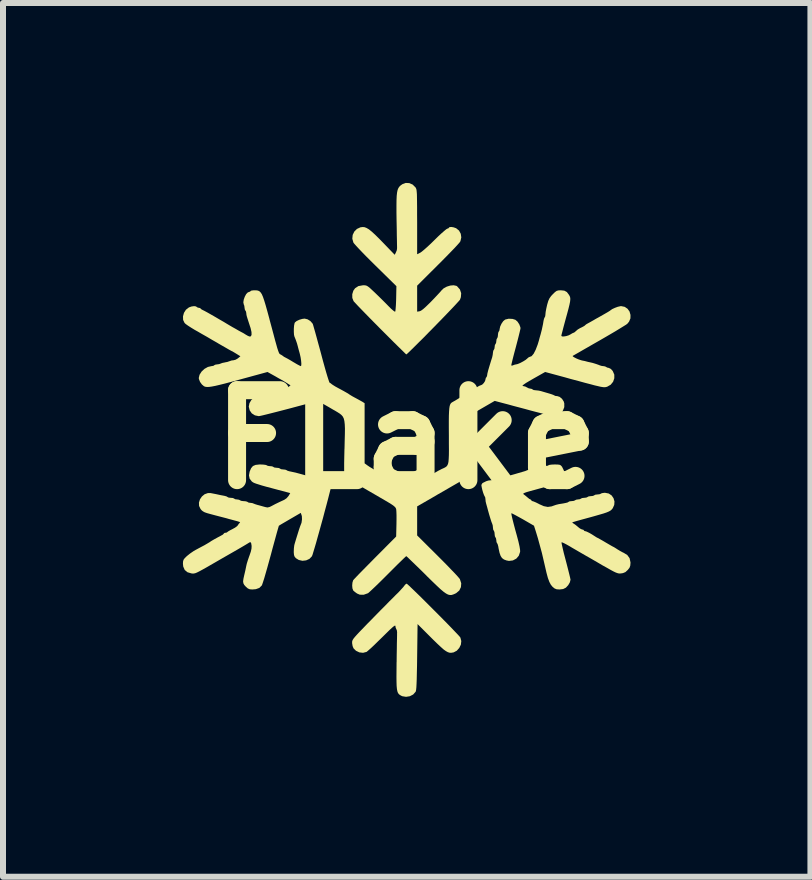
<source format=kicad_pcb>
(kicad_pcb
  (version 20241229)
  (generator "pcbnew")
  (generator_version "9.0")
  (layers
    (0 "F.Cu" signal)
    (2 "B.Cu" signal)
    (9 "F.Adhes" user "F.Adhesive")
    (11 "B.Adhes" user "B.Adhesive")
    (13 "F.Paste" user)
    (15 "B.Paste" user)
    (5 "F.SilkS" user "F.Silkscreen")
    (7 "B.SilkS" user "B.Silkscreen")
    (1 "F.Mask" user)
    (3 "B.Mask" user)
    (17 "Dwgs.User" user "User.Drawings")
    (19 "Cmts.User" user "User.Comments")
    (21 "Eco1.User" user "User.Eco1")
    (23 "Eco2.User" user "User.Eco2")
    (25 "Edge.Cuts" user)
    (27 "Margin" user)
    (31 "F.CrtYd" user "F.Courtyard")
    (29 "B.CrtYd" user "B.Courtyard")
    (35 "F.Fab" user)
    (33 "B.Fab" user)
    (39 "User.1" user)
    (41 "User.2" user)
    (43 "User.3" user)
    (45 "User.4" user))
  (footprint "FLake"
    (layer "F.Cu")
    (at 3.724 4.277)
    (property "Reference" "FLake" (at 0 0 0) (layer "F.SilkS") (effects (font (size 1.5 1.5) (thickness 0.3))))
    (attr board_only exclude_from_pos_files exclude_from_bom)
    (fp_poly (pts (xy 0.018 2.413) (xy 0.048 2.44) (xy 0.093 2.483) (xy 0.149 2.537) (xy 0.216 2.602) (xy 0.29 2.675) (xy 0.368 2.753) (xy 0.45 2.835) (xy 0.531 2.916) (xy 0.61 2.996) (xy 0.685 3.072) (xy 0.752 3.141) (xy 0.809 3.201) (xy 0.855 3.249) (xy 0.887 3.284) (xy 0.901 3.302) (xy 0.902 3.303) (xy 0.917 3.361) (xy 0.91 3.421) (xy 0.883 3.476) (xy 0.842 3.522) (xy 0.789 3.55) (xy 0.746 3.557) (xy 0.719 3.555) (xy 0.692 3.546) (xy 0.661 3.529) (xy 0.623 3.502) (xy 0.577 3.461) (xy 0.518 3.406) (xy 0.444 3.334) (xy 0.406 3.296) (xy 0.188 3.078) (xy 0.181 3.627) (xy 0.179 3.775) (xy 0.176 3.897) (xy 0.174 3.996) (xy 0.171 4.073) (xy 0.168 4.131) (xy 0.164 4.172) (xy 0.159 4.197) (xy 0.155 4.207) (xy 0.115 4.252) (xy 0.059 4.281) (xy -0.004 4.291) (xy -0.066 4.281) (xy -0.086 4.272) (xy -0.108 4.259) (xy -0.125 4.245) (xy -0.139 4.225) (xy -0.149 4.198) (xy -0.156 4.161) (xy -0.161 4.11) (xy -0.163 4.043) (xy -0.164 3.957) (xy -0.163 3.849) (xy -0.162 3.717) (xy -0.161 3.708) (xy -0.16 3.597) (xy -0.158 3.494) (xy -0.157 3.401) (xy -0.155 3.324) (xy -0.154 3.264) (xy -0.154 3.227) (xy -0.153 3.218) (xy -0.157 3.184) (xy -0.166 3.163) (xy -0.177 3.139) (xy -0.181 3.113) (xy -0.183 3.104) (xy -0.192 3.104) (xy -0.209 3.115) (xy -0.237 3.138) (xy -0.278 3.176) (xy -0.333 3.23) (xy -0.406 3.302) (xy -0.406 3.302) (xy -0.473 3.367) (xy -0.534 3.427) (xy -0.587 3.477) (xy -0.629 3.514) (xy -0.656 3.537) (xy -0.663 3.542) (xy -0.721 3.557) (xy -0.783 3.55) (xy -0.839 3.523) (xy -0.88 3.482) (xy -0.895 3.445) (xy -0.903 3.398) (xy -0.903 3.39) (xy -0.903 3.373) (xy -0.9 3.357) (xy -0.892 3.34) (xy -0.878 3.318) (xy -0.855 3.29) (xy -0.822 3.253) (xy -0.777 3.205) (xy -0.717 3.143) (xy -0.641 3.064) (xy -0.595 3.018) (xy -0.513 2.934) (xy -0.432 2.851) (xy -0.354 2.773) (xy -0.285 2.702) (xy -0.226 2.644) (xy -0.183 2.6) (xy -0.174 2.591) (xy -0.125 2.543) (xy -0.083 2.497) (xy -0.05 2.461) (xy -0.036 2.442) (xy -0.014 2.416) (xy 0.004 2.404) (xy 0.005 2.404)) (stroke (width 0) (type solid)) (fill yes) (layer "F.SilkS"))
    (fp_poly (pts (xy 0.051 -4.274) (xy 0.107 -4.249) (xy 0.153 -4.203) (xy 0.155 -4.201) (xy 0.161 -4.189) (xy 0.167 -4.175) (xy 0.171 -4.155) (xy 0.174 -4.126) (xy 0.177 -4.086) (xy 0.178 -4.032) (xy 0.179 -3.962) (xy 0.18 -3.871) (xy 0.18 -3.759) (xy 0.181 -3.625) (xy 0.181 -3.088) (xy 0.233 -3.114) (xy 0.259 -3.132) (xy 0.301 -3.167) (xy 0.353 -3.213) (xy 0.413 -3.269) (xy 0.473 -3.328) (xy 0.533 -3.387) (xy 0.588 -3.438) (xy 0.634 -3.478) (xy 0.667 -3.505) (xy 0.685 -3.515) (xy 0.685 -3.515) (xy 0.705 -3.522) (xy 0.709 -3.529) (xy 0.72 -3.54) (xy 0.75 -3.543) (xy 0.788 -3.537) (xy 0.828 -3.523) (xy 0.832 -3.521) (xy 0.879 -3.483) (xy 0.908 -3.43) (xy 0.917 -3.369) (xy 0.903 -3.308) (xy 0.897 -3.296) (xy 0.883 -3.278) (xy 0.851 -3.242) (xy 0.805 -3.192) (xy 0.745 -3.13) (xy 0.676 -3.059) (xy 0.599 -2.981) (xy 0.529 -2.911) (xy 0.181 -2.564) (xy 0.181 -2.347) (xy 0.181 -2.131) (xy 0.22 -2.137) (xy 0.245 -2.147) (xy 0.281 -2.173) (xy 0.329 -2.216) (xy 0.393 -2.278) (xy 0.412 -2.297) (xy 0.466 -2.353) (xy 0.514 -2.404) (xy 0.553 -2.446) (xy 0.578 -2.474) (xy 0.584 -2.482) (xy 0.622 -2.519) (xy 0.675 -2.548) (xy 0.733 -2.566) (xy 0.789 -2.571) (xy 0.836 -2.561) (xy 0.848 -2.553) (xy 0.894 -2.501) (xy 0.915 -2.439) (xy 0.91 -2.372) (xy 0.895 -2.33) (xy 0.882 -2.314) (xy 0.852 -2.281) (xy 0.808 -2.233) (xy 0.752 -2.174) (xy 0.686 -2.105) (xy 0.613 -2.029) (xy 0.535 -1.949) (xy 0.454 -1.866) (xy 0.373 -1.784) (xy 0.295 -1.704) (xy 0.22 -1.63) (xy 0.153 -1.563) (xy 0.095 -1.506) (xy 0.049 -1.461) (xy 0.017 -1.431) (xy 0.001 -1.418) (xy 0.000082 -1.418) (xy -0.011 -1.427) (xy -0.039 -1.455) (xy -0.083 -1.498) (xy -0.141 -1.555) (xy -0.21 -1.623) (xy -0.288 -1.701) (xy -0.374 -1.787) (xy -0.431 -1.844) (xy -0.521 -1.935) (xy -0.606 -2.021) (xy -0.683 -2.1) (xy -0.75 -2.169) (xy -0.806 -2.227) (xy -0.847 -2.271) (xy -0.872 -2.298) (xy -0.879 -2.306) (xy -0.9 -2.359) (xy -0.901 -2.421) (xy -0.883 -2.48) (xy -0.854 -2.521) (xy -0.799 -2.557) (xy -0.727 -2.57) (xy -0.715 -2.571) (xy -0.688 -2.57) (xy -0.665 -2.565) (xy -0.641 -2.552) (xy -0.612 -2.53) (xy -0.572 -2.493) (xy -0.525 -2.449) (xy -0.463 -2.389) (xy -0.397 -2.324) (xy -0.335 -2.262) (xy -0.297 -2.223) (xy -0.255 -2.181) (xy -0.219 -2.15) (xy -0.194 -2.132) (xy -0.185 -2.131) (xy -0.181 -2.148) (xy -0.177 -2.188) (xy -0.173 -2.245) (xy -0.17 -2.315) (xy -0.169 -2.349) (xy -0.165 -2.556) (xy -0.513 -2.898) (xy -0.595 -2.979) (xy -0.672 -3.056) (xy -0.74 -3.126) (xy -0.798 -3.187) (xy -0.842 -3.235) (xy -0.871 -3.268) (xy -0.882 -3.283) (xy -0.9 -3.347) (xy -0.894 -3.41) (xy -0.867 -3.466) (xy -0.823 -3.51) (xy -0.765 -3.537) (xy -0.725 -3.542) (xy -0.695 -3.539) (xy -0.662 -3.526) (xy -0.623 -3.503) (xy -0.577 -3.466) (xy -0.519 -3.413) (xy -0.449 -3.344) (xy -0.378 -3.271) (xy -0.193 -3.079) (xy -0.173 -3.119) (xy -0.158 -3.156) (xy -0.154 -3.188) (xy -0.154 -3.208) (xy -0.155 -3.253) (xy -0.156 -3.319) (xy -0.158 -3.401) (xy -0.159 -3.496) (xy -0.161 -3.601) (xy -0.162 -3.646) (xy -0.164 -3.784) (xy -0.164 -3.897) (xy -0.163 -3.988) (xy -0.16 -4.061) (xy -0.154 -4.116) (xy -0.145 -4.159) (xy -0.132 -4.191) (xy -0.115 -4.216) (xy -0.094 -4.236) (xy -0.068 -4.254) (xy -0.066 -4.256) (xy -0.009 -4.277)) (stroke (width 0) (type solid)) (fill yes) (layer "F.SilkS"))
    (fp_poly (pts (xy -2.384 0.419) (xy -2.346 0.424) (xy -2.328 0.43) (xy -2.327 0.431) (xy -2.309 0.44) (xy -2.275 0.445) (xy -2.272 0.445) (xy -2.238 0.448) (xy -2.217 0.457) (xy -2.216 0.459) (xy -2.198 0.468) (xy -2.164 0.472) (xy -2.161 0.472) (xy -2.126 0.476) (xy -2.106 0.485) (xy -2.105 0.486) (xy -2.087 0.496) (xy -2.053 0.5) (xy -2.05 0.5) (xy -2.016 0.504) (xy -1.996 0.512) (xy -1.995 0.513) (xy -1.977 0.523) (xy -1.944 0.532) (xy -1.942 0.532) (xy -1.845 0.553) (xy -1.727 0.585) (xy -1.709 0.59) (xy -1.653 0.606) (xy -1.595 0.62) (xy -1.57 0.625) (xy -1.519 0.636) (xy -1.469 0.648) (xy -1.459 0.651) (xy -1.418 0.662) (xy -1.365 0.677) (xy -1.328 0.687) (xy -1.283 0.7) (xy -1.251 0.711) (xy -1.239 0.716) (xy -1.24 0.731) (xy -1.248 0.769) (xy -1.263 0.828) (xy -1.282 0.903) (xy -1.305 0.993) (xy -1.331 1.092) (xy -1.36 1.199) (xy -1.389 1.31) (xy -1.42 1.421) (xy -1.45 1.53) (xy -1.479 1.633) (xy -1.505 1.727) (xy -1.529 1.808) (xy -1.549 1.874) (xy -1.563 1.921) (xy -1.573 1.946) (xy -1.573 1.947) (xy -1.615 1.991) (xy -1.67 2.016) (xy -1.732 2.023) (xy -1.793 2.009) (xy -1.84 1.98) (xy -1.861 1.956) (xy -1.872 1.927) (xy -1.876 1.885) (xy -1.876 1.867) (xy -1.874 1.814) (xy -1.868 1.766) (xy -1.863 1.745) (xy -1.843 1.678) (xy -1.822 1.61) (xy -1.802 1.546) (xy -1.785 1.492) (xy -1.772 1.454) (xy -1.766 1.438) (xy -1.747 1.389) (xy -1.739 1.332) (xy -1.741 1.28) (xy -1.744 1.269) (xy -1.759 1.224) (xy -1.938 1.328) (xy -2.001 1.365) (xy -2.056 1.397) (xy -2.097 1.421) (xy -2.12 1.436) (xy -2.124 1.438) (xy -2.129 1.453) (xy -2.14 1.491) (xy -2.157 1.55) (xy -2.178 1.627) (xy -2.203 1.718) (xy -2.231 1.82) (xy -2.258 1.922) (xy -2.289 2.034) (xy -2.318 2.139) (xy -2.345 2.233) (xy -2.368 2.313) (xy -2.388 2.375) (xy -2.402 2.417) (xy -2.409 2.434) (xy -2.45 2.475) (xy -2.508 2.496) (xy -2.566 2.501) (xy -2.609 2.498) (xy -2.642 2.484) (xy -2.677 2.453) (xy -2.678 2.452) (xy -2.702 2.425) (xy -2.716 2.398) (xy -2.721 2.366) (xy -2.715 2.321) (xy -2.701 2.258) (xy -2.696 2.237) (xy -2.683 2.181) (xy -2.671 2.123) (xy -2.669 2.112) (xy -2.659 2.069) (xy -2.641 2.011) (xy -2.62 1.95) (xy -2.615 1.937) (xy -2.592 1.87) (xy -2.581 1.82) (xy -2.579 1.779) (xy -2.58 1.767) (xy -2.587 1.727) (xy -2.598 1.712) (xy -2.616 1.717) (xy -2.633 1.728) (xy -2.654 1.741) (xy -2.694 1.765) (xy -2.75 1.798) (xy -2.817 1.837) (xy -2.89 1.879) (xy -2.981 1.931) (xy -3.082 1.989) (xy -3.184 2.048) (xy -3.276 2.101) (xy -3.319 2.126) (xy -3.394 2.168) (xy -3.449 2.198) (xy -3.489 2.218) (xy -3.519 2.23) (xy -3.544 2.235) (xy -3.568 2.235) (xy -3.583 2.233) (xy -3.648 2.214) (xy -3.694 2.176) (xy -3.719 2.119) (xy -3.724 2.072) (xy -3.722 2.034) (xy -3.714 2.006) (xy -3.694 1.979) (xy -3.658 1.944) (xy -3.607 1.903) (xy -3.549 1.863) (xy -3.515 1.843) (xy -3.435 1.8) (xy -3.365 1.763) (xy -3.312 1.732) (xy -3.277 1.711) (xy -3.269 1.705) (xy -3.244 1.689) (xy -3.201 1.664) (xy -3.15 1.636) (xy -3.097 1.608) (xy -3.088 1.603) (xy -3.058 1.586) (xy -3.043 1.57) (xy -3.043 1.569) (xy -3.031 1.558) (xy -3.016 1.556) (xy -2.992 1.551) (xy -2.985 1.545) (xy -2.971 1.534) (xy -2.939 1.515) (xy -2.9 1.495) (xy -2.856 1.471) (xy -2.824 1.448) (xy -2.81 1.433) (xy -2.792 1.405) (xy -2.78 1.394) (xy -2.771 1.383) (xy -2.782 1.374) (xy -2.815 1.364) (xy -2.821 1.362) (xy -2.874 1.348) (xy -2.933 1.332) (xy -2.953 1.327) (xy -2.994 1.315) (xy -3.055 1.299) (xy -3.125 1.281) (xy -3.186 1.265) (xy -3.265 1.244) (xy -3.322 1.228) (xy -3.362 1.214) (xy -3.389 1.199) (xy -3.41 1.183) (xy -3.429 1.161) (xy -3.431 1.158) (xy -3.455 1.108) (xy -3.457 1.052) (xy -3.44 0.998) (xy -3.407 0.95) (xy -3.362 0.913) (xy -3.308 0.894) (xy -3.262 0.894) (xy -3.221 0.902) (xy -3.169 0.912) (xy -3.147 0.917) (xy -3.096 0.928) (xy -3.048 0.937) (xy -3.032 0.94) (xy -2.999 0.949) (xy -2.98 0.96) (xy -2.98 0.96) (xy -2.962 0.969) (xy -2.929 0.973) (xy -2.925 0.973) (xy -2.891 0.976) (xy -2.87 0.986) (xy -2.869 0.987) (xy -2.85 0.997) (xy -2.821 1) (xy -2.789 1.005) (xy -2.772 1.014) (xy -2.754 1.023) (xy -2.719 1.028) (xy -2.71 1.028) (xy -2.673 1.032) (xy -2.649 1.04) (xy -2.647 1.042) (xy -2.628 1.053) (xy -2.604 1.056) (xy -2.567 1.061) (xy -2.546 1.069) (xy -2.518 1.08) (xy -2.476 1.093) (xy -2.459 1.097) (xy -2.409 1.111) (xy -2.362 1.124) (xy -2.351 1.127) (xy -2.315 1.134) (xy -2.28 1.126) (xy -2.254 1.114) (xy -2.186 1.078) (xy -2.112 1.042) (xy -2.047 1.012) (xy -2.034 1.006) (xy -1.996 0.98) (xy -1.965 0.944) (xy -1.962 0.94) (xy -1.935 0.894) (xy -1.999 0.877) (xy -2.135 0.841) (xy -2.247 0.811) (xy -2.338 0.787) (xy -2.409 0.767) (xy -2.463 0.75) (xy -2.504 0.737) (xy -2.533 0.726) (xy -2.554 0.716) (xy -2.568 0.706) (xy -2.576 0.7) (xy -2.612 0.653) (xy -2.623 0.599) (xy -2.612 0.537) (xy -2.588 0.48) (xy -2.557 0.443) (xy -2.512 0.424) (xy -2.448 0.417) (xy -2.433 0.417)) (stroke (width 0) (type solid)) (fill yes) (layer "F.SilkS"))
    (fp_poly (pts (xy 2.524 0.418) (xy 2.556 0.422) (xy 2.577 0.433) (xy 2.594 0.452) (xy 2.598 0.458) (xy 2.627 0.517) (xy 2.635 0.581) (xy 2.623 0.642) (xy 2.593 0.692) (xy 2.568 0.714) (xy 2.546 0.723) (xy 2.501 0.738) (xy 2.437 0.758) (xy 2.36 0.78) (xy 2.273 0.804) (xy 2.232 0.815) (xy 2.135 0.842) (xy 2.061 0.862) (xy 2.009 0.877) (xy 1.975 0.889) (xy 1.956 0.898) (xy 1.95 0.905) (xy 1.953 0.912) (xy 1.96 0.917) (xy 1.992 0.942) (xy 2.024 0.969) (xy 2.051 0.991) (xy 2.07 1) (xy 2.071 1) (xy 2.084 1.011) (xy 2.084 1.014) (xy 2.095 1.027) (xy 2.104 1.028) (xy 2.125 1.035) (xy 2.163 1.051) (xy 2.209 1.074) (xy 2.213 1.077) (xy 2.292 1.112) (xy 2.359 1.125) (xy 2.422 1.116) (xy 2.45 1.106) (xy 2.496 1.09) (xy 2.545 1.078) (xy 2.546 1.078) (xy 2.615 1.067) (xy 2.66 1.058) (xy 2.687 1.051) (xy 2.701 1.044) (xy 2.704 1.041) (xy 2.721 1.032) (xy 2.754 1.028) (xy 2.758 1.028) (xy 2.792 1.024) (xy 2.813 1.015) (xy 2.814 1.014) (xy 2.833 1.004) (xy 2.862 1) (xy 2.894 0.996) (xy 2.911 0.987) (xy 2.93 0.977) (xy 2.963 0.973) (xy 2.967 0.973) (xy 3.001 0.969) (xy 3.021 0.96) (xy 3.022 0.959) (xy 3.041 0.949) (xy 3.074 0.945) (xy 3.078 0.945) (xy 3.112 0.941) (xy 3.133 0.932) (xy 3.133 0.931) (xy 3.152 0.921) (xy 3.185 0.917) (xy 3.189 0.917) (xy 3.223 0.913) (xy 3.244 0.904) (xy 3.244 0.903) (xy 3.263 0.895) (xy 3.298 0.89) (xy 3.313 0.889) (xy 3.375 0.901) (xy 3.423 0.933) (xy 3.455 0.979) (xy 3.471 1.034) (xy 3.467 1.091) (xy 3.442 1.147) (xy 3.419 1.174) (xy 3.401 1.188) (xy 3.375 1.202) (xy 3.339 1.217) (xy 3.289 1.234) (xy 3.22 1.254) (xy 3.13 1.28) (xy 3.076 1.295) (xy 2.988 1.319) (xy 2.911 1.34) (xy 2.846 1.358) (xy 2.799 1.372) (xy 2.772 1.38) (xy 2.768 1.382) (xy 2.774 1.392) (xy 2.789 1.402) (xy 2.816 1.42) (xy 2.851 1.448) (xy 2.862 1.458) (xy 2.895 1.484) (xy 2.925 1.499) (xy 2.933 1.501) (xy 2.955 1.507) (xy 2.96 1.515) (xy 2.971 1.527) (xy 2.98 1.528) (xy 3.007 1.536) (xy 3.048 1.556) (xy 3.097 1.584) (xy 3.142 1.613) (xy 3.17 1.631) (xy 3.187 1.64) (xy 3.187 1.64) (xy 3.201 1.646) (xy 3.234 1.665) (xy 3.28 1.691) (xy 3.322 1.716) (xy 3.375 1.747) (xy 3.418 1.772) (xy 3.447 1.788) (xy 3.456 1.792) (xy 3.47 1.8) (xy 3.499 1.818) (xy 3.52 1.832) (xy 3.565 1.859) (xy 3.609 1.883) (xy 3.623 1.889) (xy 3.684 1.926) (xy 3.723 1.98) (xy 3.738 2.049) (xy 3.738 2.058) (xy 3.734 2.105) (xy 3.721 2.14) (xy 3.692 2.176) (xy 3.654 2.211) (xy 3.613 2.228) (xy 3.582 2.233) (xy 3.562 2.235) (xy 3.543 2.234) (xy 3.522 2.229) (xy 3.494 2.219) (xy 3.458 2.202) (xy 3.409 2.176) (xy 3.346 2.14) (xy 3.263 2.094) (xy 3.187 2.049) (xy 3.092 1.994) (xy 2.997 1.94) (xy 2.907 1.888) (xy 2.828 1.842) (xy 2.764 1.805) (xy 2.726 1.782) (xy 2.673 1.752) (xy 2.629 1.729) (xy 2.599 1.716) (xy 2.588 1.715) (xy 2.589 1.73) (xy 2.597 1.768) (xy 2.61 1.825) (xy 2.627 1.897) (xy 2.649 1.98) (xy 2.659 2.018) (xy 2.682 2.106) (xy 2.702 2.185) (xy 2.719 2.253) (xy 2.731 2.303) (xy 2.737 2.333) (xy 2.738 2.339) (xy 2.727 2.382) (xy 2.7 2.429) (xy 2.663 2.469) (xy 2.659 2.472) (xy 2.615 2.494) (xy 2.556 2.501) (xy 2.555 2.501) (xy 2.507 2.498) (xy 2.472 2.484) (xy 2.438 2.456) (xy 2.41 2.422) (xy 2.385 2.375) (xy 2.361 2.31) (xy 2.338 2.225) (xy 2.32 2.147) (xy 2.261 1.893) (xy 2.194 1.647) (xy 2.16 1.535) (xy 2.129 1.438) (xy 1.944 1.331) (xy 1.879 1.295) (xy 1.824 1.265) (xy 1.782 1.243) (xy 1.758 1.231) (xy 1.753 1.23) (xy 1.752 1.243) (xy 1.758 1.275) (xy 1.77 1.327) (xy 1.789 1.402) (xy 1.815 1.501) (xy 1.844 1.605) (xy 1.87 1.704) (xy 1.888 1.784) (xy 1.897 1.841) (xy 1.898 1.872) (xy 1.876 1.938) (xy 1.834 1.987) (xy 1.777 2.017) (xy 1.712 2.025) (xy 1.67 2.017) (xy 1.628 2.001) (xy 1.596 1.977) (xy 1.573 1.942) (xy 1.555 1.891) (xy 1.539 1.818) (xy 1.533 1.782) (xy 1.524 1.749) (xy 1.514 1.729) (xy 1.513 1.729) (xy 1.504 1.711) (xy 1.501 1.681) (xy 1.496 1.65) (xy 1.487 1.633) (xy 1.477 1.614) (xy 1.473 1.581) (xy 1.473 1.577) (xy 1.469 1.543) (xy 1.46 1.522) (xy 1.459 1.521) (xy 1.449 1.503) (xy 1.445 1.472) (xy 1.441 1.433) (xy 1.433 1.407) (xy 1.42 1.375) (xy 1.403 1.322) (xy 1.383 1.256) (xy 1.362 1.181) (xy 1.349 1.132) (xy 1.336 1.086) (xy 1.333 1.076) (xy 1.323 1.034) (xy 1.32 0.999) (xy 1.316 0.967) (xy 1.308 0.951) (xy 1.296 0.928) (xy 1.281 0.887) (xy 1.267 0.839) (xy 1.257 0.794) (xy 1.252 0.762) (xy 1.253 0.756) (xy 1.268 0.73) (xy 1.278 0.723) (xy 1.307 0.709) (xy 1.33 0.697) (xy 1.368 0.685) (xy 1.402 0.681) (xy 1.435 0.677) (xy 1.452 0.667) (xy 1.47 0.658) (xy 1.505 0.653) (xy 1.515 0.653) (xy 1.551 0.65) (xy 1.575 0.642) (xy 1.577 0.639) (xy 1.597 0.628) (xy 1.615 0.625) (xy 1.65 0.621) (xy 1.687 0.613) (xy 1.737 0.598) (xy 1.801 0.58) (xy 1.869 0.56) (xy 1.928 0.543) (xy 1.945 0.538) (xy 1.985 0.526) (xy 2.016 0.513) (xy 2.018 0.512) (xy 2.048 0.504) (xy 2.089 0.5) (xy 2.09 0.5) (xy 2.125 0.497) (xy 2.146 0.488) (xy 2.147 0.486) (xy 2.165 0.477) (xy 2.199 0.472) (xy 2.202 0.472) (xy 2.237 0.469) (xy 2.257 0.46) (xy 2.258 0.459) (xy 2.276 0.449) (xy 2.31 0.445) (xy 2.314 0.445) (xy 2.348 0.441) (xy 2.368 0.432) (xy 2.369 0.431) (xy 2.386 0.424) (xy 2.423 0.419) (xy 2.472 0.417) (xy 2.473 0.417)) (stroke (width 0) (type solid)) (fill yes) (layer "F.SilkS"))
    (fp_poly (pts (xy 2.635 -2.481) (xy 2.677 -2.458) (xy 2.711 -2.413) (xy 2.722 -2.394) (xy 2.73 -2.376) (xy 2.734 -2.355) (xy 2.734 -2.329) (xy 2.73 -2.294) (xy 2.72 -2.245) (xy 2.704 -2.18) (xy 2.681 -2.094) (xy 2.661 -2.022) (xy 2.638 -1.937) (xy 2.618 -1.862) (xy 2.602 -1.799) (xy 2.59 -1.754) (xy 2.585 -1.73) (xy 2.585 -1.728) (xy 2.596 -1.718) (xy 2.625 -1.717) (xy 2.664 -1.723) (xy 2.704 -1.735) (xy 2.738 -1.752) (xy 2.739 -1.753) (xy 2.769 -1.771) (xy 2.789 -1.779) (xy 2.789 -1.779) (xy 2.807 -1.788) (xy 2.829 -1.808) (xy 2.858 -1.833) (xy 2.9 -1.858) (xy 2.914 -1.864) (xy 2.951 -1.883) (xy 2.975 -1.898) (xy 2.98 -1.903) (xy 2.997 -1.918) (xy 3.026 -1.935) (xy 3.063 -1.955) (xy 3.107 -1.98) (xy 3.116 -1.985) (xy 3.164 -2.013) (xy 3.215 -2.041) (xy 3.22 -2.044) (xy 3.301 -2.09) (xy 3.358 -2.123) (xy 3.392 -2.144) (xy 3.404 -2.153) (xy 3.432 -2.173) (xy 3.477 -2.194) (xy 3.526 -2.212) (xy 3.57 -2.222) (xy 3.583 -2.223) (xy 3.642 -2.211) (xy 3.689 -2.179) (xy 3.722 -2.133) (xy 3.738 -2.077) (xy 3.737 -2.019) (xy 3.714 -1.964) (xy 3.686 -1.93) (xy 3.665 -1.914) (xy 3.623 -1.888) (xy 3.563 -1.851) (xy 3.488 -1.805) (xy 3.401 -1.754) (xy 3.305 -1.698) (xy 3.217 -1.647) (xy 3.117 -1.59) (xy 3.025 -1.537) (xy 2.943 -1.49) (xy 2.874 -1.45) (xy 2.821 -1.42) (xy 2.786 -1.4) (xy 2.774 -1.393) (xy 2.777 -1.384) (xy 2.8 -1.369) (xy 2.835 -1.351) (xy 2.875 -1.334) (xy 2.914 -1.321) (xy 2.938 -1.315) (xy 2.975 -1.308) (xy 3.001 -1.301) (xy 3.031 -1.293) (xy 3.06 -1.287) (xy 3.108 -1.276) (xy 3.163 -1.259) (xy 3.211 -1.242) (xy 3.227 -1.235) (xy 3.261 -1.225) (xy 3.283 -1.223) (xy 3.314 -1.218) (xy 3.329 -1.21) (xy 3.352 -1.198) (xy 3.376 -1.193) (xy 3.409 -1.177) (xy 3.441 -1.143) (xy 3.443 -1.139) (xy 3.468 -1.081) (xy 3.468 -1.02) (xy 3.448 -0.962) (xy 3.408 -0.913) (xy 3.351 -0.88) (xy 3.337 -0.876) (xy 3.324 -0.873) (xy 3.31 -0.871) (xy 3.293 -0.871) (xy 3.269 -0.874) (xy 3.238 -0.879) (xy 3.196 -0.889) (xy 3.14 -0.902) (xy 3.07 -0.921) (xy 2.981 -0.944) (xy 2.872 -0.974) (xy 2.74 -1.009) (xy 2.641 -1.037) (xy 2.315 -1.125) (xy 2.131 -1.021) (xy 2.051 -0.975) (xy 1.994 -0.941) (xy 1.958 -0.916) (xy 1.94 -0.901) (xy 1.939 -0.892) (xy 1.952 -0.889) (xy 1.956 -0.889) (xy 1.987 -0.881) (xy 2.009 -0.869) (xy 2.043 -0.852) (xy 2.066 -0.848) (xy 2.094 -0.842) (xy 2.105 -0.834) (xy 2.124 -0.824) (xy 2.157 -0.82) (xy 2.157 -0.82) (xy 2.204 -0.815) (xy 2.243 -0.807) (xy 2.28 -0.796) (xy 2.331 -0.781) (xy 2.369 -0.77) (xy 2.415 -0.756) (xy 2.451 -0.743) (xy 2.466 -0.735) (xy 2.489 -0.725) (xy 2.516 -0.723) (xy 2.557 -0.71) (xy 2.596 -0.678) (xy 2.625 -0.633) (xy 2.634 -0.602) (xy 2.634 -0.539) (xy 2.611 -0.481) (xy 2.571 -0.432) (xy 2.519 -0.4) (xy 2.466 -0.389) (xy 2.44 -0.393) (xy 2.392 -0.403) (xy 2.326 -0.418) (xy 2.245 -0.438) (xy 2.155 -0.461) (xy 2.082 -0.48) (xy 1.981 -0.508) (xy 1.879 -0.535) (xy 1.784 -0.56) (xy 1.701 -0.583) (xy 1.636 -0.6) (xy 1.609 -0.607) (xy 1.474 -0.643) (xy 1.265 -0.522) (xy 1.056 -0.401) (xy 1.053 0.107) (xy 1.049 0.614) (xy 0.875 0.715) (xy 0.807 0.754) (xy 0.722 0.803) (xy 0.628 0.858) (xy 0.531 0.913) (xy 0.441 0.966) (xy 0.181 1.116) (xy 0.181 1.358) (xy 0.181 1.6) (xy 0.526 1.943) (xy 0.608 2.025) (xy 0.684 2.102) (xy 0.752 2.173) (xy 0.81 2.233) (xy 0.855 2.282) (xy 0.884 2.316) (xy 0.894 2.33) (xy 0.916 2.398) (xy 0.911 2.462) (xy 0.883 2.519) (xy 0.832 2.562) (xy 0.812 2.572) (xy 0.781 2.585) (xy 0.753 2.593) (xy 0.725 2.593) (xy 0.696 2.586) (xy 0.662 2.568) (xy 0.621 2.539) (xy 0.571 2.497) (xy 0.51 2.44) (xy 0.434 2.367) (xy 0.341 2.276) (xy 0.323 2.257) (xy 0.246 2.181) (xy 0.175 2.112) (xy 0.113 2.052) (xy 0.062 2.003) (xy 0.025 1.967) (xy 0.003 1.948) (xy -0.001 1.945) (xy -0.012 1.955) (xy -0.041 1.982) (xy -0.084 2.024) (xy -0.14 2.078) (xy -0.205 2.143) (xy -0.277 2.215) (xy -0.307 2.245) (xy -0.383 2.321) (xy -0.454 2.391) (xy -0.518 2.453) (xy -0.571 2.503) (xy -0.611 2.54) (xy -0.635 2.561) (xy -0.64 2.564) (xy -0.71 2.589) (xy -0.775 2.588) (xy -0.82 2.569) (xy -0.855 2.544) (xy -0.882 2.521) (xy -0.885 2.517) (xy -0.898 2.483) (xy -0.902 2.436) (xy -0.898 2.387) (xy -0.886 2.348) (xy -0.881 2.342) (xy -0.867 2.326) (xy -0.835 2.292) (xy -0.789 2.244) (xy -0.73 2.184) (xy -0.661 2.114) (xy -0.584 2.036) (xy -0.515 1.966) (xy -0.169 1.618) (xy -0.164 1.41) (xy -0.163 1.333) (xy -0.163 1.263) (xy -0.165 1.206) (xy -0.168 1.167) (xy -0.17 1.159) (xy -0.176 1.143) (xy -0.188 1.127) (xy -0.208 1.109) (xy -0.241 1.085) (xy -0.289 1.055) (xy -0.355 1.016) (xy -0.441 0.966) (xy -0.525 0.917) (xy -0.608 0.869) (xy -0.684 0.825) (xy -0.747 0.788) (xy -0.793 0.761) (xy -0.799 0.757) (xy -0.854 0.725) (xy -0.907 0.694) (xy -0.949 0.672) (xy -0.953 0.67) (xy -0.991 0.648) (xy -1.02 0.627) (xy -1.026 0.621) (xy -1.03 0.609) (xy -1.034 0.582) (xy -1.036 0.539) (xy -1.036 0.477) (xy -1.036 0.395) (xy -1.034 0.289) (xy -1.031 0.158) (xy -1.03 0.151) (xy -1.027 0.017) (xy -1.024 -0.093) (xy -1.023 -0.181) (xy -1.026 -0.251) (xy -1.032 -0.306) (xy -1.042 -0.348) (xy -1.058 -0.381) (xy -1.081 -0.408) (xy -1.111 -0.432) (xy -1.149 -0.456) (xy -1.196 -0.484) (xy -1.218 -0.496) (xy -1.281 -0.533) (xy -1.342 -0.568) (xy -1.392 -0.596) (xy -1.424 -0.613) (xy -1.48 -0.641) (xy -1.951 -0.515) (xy -2.062 -0.486) (xy -2.167 -0.459) (xy -2.261 -0.435) (xy -2.341 -0.415) (xy -2.403 -0.4) (xy -2.445 -0.391) (xy -2.462 -0.389) (xy -2.524 -0.402) (xy -2.576 -0.435) (xy -2.611 -0.485) (xy -2.626 -0.545) (xy -2.626 -0.55) (xy -2.615 -0.605) (xy -2.585 -0.656) (xy -2.543 -0.696) (xy -2.494 -0.72) (xy -2.471 -0.723) (xy -2.446 -0.73) (xy -2.439 -0.736) (xy -2.419 -0.749) (xy -2.409 -0.75) (xy -2.382 -0.756) (xy -2.346 -0.769) (xy -2.343 -0.77) (xy -2.289 -0.789) (xy -2.221 -0.804) (xy -2.133 -0.815) (xy -2.058 -0.828) (xy -1.995 -0.855) (xy -1.962 -0.878) (xy -1.93 -0.902) (xy -1.987 -0.938) (xy -2.024 -0.961) (xy -2.077 -0.992) (xy -2.138 -1.026) (xy -2.179 -1.05) (xy -2.314 -1.125) (xy -2.772 -1) (xy -2.909 -0.963) (xy -3.022 -0.933) (xy -3.114 -0.91) (xy -3.187 -0.893) (xy -3.245 -0.882) (xy -3.289 -0.876) (xy -3.322 -0.875) (xy -3.348 -0.878) (xy -3.368 -0.885) (xy -3.374 -0.888) (xy -3.408 -0.917) (xy -3.439 -0.96) (xy -3.457 -1.006) (xy -3.46 -1.025) (xy -3.447 -1.079) (xy -3.413 -1.132) (xy -3.365 -1.177) (xy -3.308 -1.209) (xy -3.248 -1.223) (xy -3.244 -1.223) (xy -3.215 -1.228) (xy -3.203 -1.237) (xy -3.184 -1.247) (xy -3.159 -1.251) (xy -3.121 -1.256) (xy -3.099 -1.264) (xy -3.067 -1.276) (xy -3.026 -1.284) (xy -3.024 -1.285) (xy -2.982 -1.293) (xy -2.948 -1.305) (xy -2.947 -1.305) (xy -2.912 -1.317) (xy -2.883 -1.32) (xy -2.847 -1.329) (xy -2.809 -1.351) (xy -2.806 -1.354) (xy -2.766 -1.387) (xy -2.835 -1.43) (xy -2.873 -1.453) (xy -2.9 -1.469) (xy -2.91 -1.473) (xy -2.923 -1.48) (xy -2.956 -1.498) (xy -3.006 -1.527) (xy -3.069 -1.563) (xy -3.14 -1.604) (xy -3.149 -1.61) (xy -3.235 -1.659) (xy -3.323 -1.711) (xy -3.408 -1.759) (xy -3.482 -1.802) (xy -3.527 -1.827) (xy -3.586 -1.863) (xy -3.639 -1.897) (xy -3.678 -1.925) (xy -3.697 -1.943) (xy -3.721 -1.993) (xy -3.723 -2.052) (xy -3.707 -2.111) (xy -3.674 -2.163) (xy -3.626 -2.2) (xy -3.626 -2.201) (xy -3.581 -2.217) (xy -3.538 -2.223) (xy -3.505 -2.218) (xy -3.495 -2.209) (xy -3.475 -2.198) (xy -3.459 -2.195) (xy -3.437 -2.191) (xy -3.432 -2.185) (xy -3.421 -2.173) (xy -3.393 -2.157) (xy -3.39 -2.156) (xy -3.362 -2.142) (xy -3.316 -2.117) (xy -3.256 -2.083) (xy -3.186 -2.043) (xy -3.113 -2) (xy -3.04 -1.958) (xy -2.994 -1.93) (xy -2.952 -1.905) (xy -2.901 -1.875) (xy -2.847 -1.845) (xy -2.797 -1.816) (xy -2.757 -1.794) (xy -2.734 -1.782) (xy -2.73 -1.78) (xy -2.71 -1.769) (xy -2.682 -1.751) (xy -2.646 -1.73) (xy -2.617 -1.717) (xy -2.592 -1.719) (xy -2.58 -1.744) (xy -2.581 -1.791) (xy -2.596 -1.857) (xy -2.607 -1.89) (xy -2.631 -1.964) (xy -2.648 -2.017) (xy -2.659 -2.053) (xy -2.665 -2.078) (xy -2.667 -2.096) (xy -2.668 -2.109) (xy -2.674 -2.136) (xy -2.682 -2.147) (xy -2.692 -2.166) (xy -2.696 -2.19) (xy -2.701 -2.229) (xy -2.71 -2.252) (xy -2.717 -2.287) (xy -2.71 -2.332) (xy -2.693 -2.38) (xy -2.67 -2.423) (xy -2.643 -2.451) (xy -2.623 -2.459) (xy -2.602 -2.466) (xy -2.598 -2.473) (xy -2.586 -2.481) (xy -2.554 -2.486) (xy -2.531 -2.487) (xy -2.5 -2.486) (xy -2.473 -2.482) (xy -2.449 -2.471) (xy -2.429 -2.452) (xy -2.409 -2.422) (xy -2.39 -2.378) (xy -2.369 -2.317) (xy -2.345 -2.238) (xy -2.317 -2.138) (xy -2.283 -2.013) (xy -2.278 -1.992) (xy -2.241 -1.855) (xy -2.211 -1.743) (xy -2.187 -1.652) (xy -2.167 -1.581) (xy -2.152 -1.527) (xy -2.139 -1.487) (xy -2.129 -1.459) (xy -2.121 -1.44) (xy -2.114 -1.429) (xy -2.106 -1.422) (xy -2.098 -1.417) (xy -2.094 -1.416) (xy -2.068 -1.4) (xy -2.056 -1.391) (xy -2.04 -1.379) (xy -2.01 -1.363) (xy -2.008 -1.362) (xy -1.976 -1.345) (xy -1.929 -1.318) (xy -1.878 -1.287) (xy -1.869 -1.282) (xy -1.822 -1.254) (xy -1.784 -1.234) (xy -1.761 -1.223) (xy -1.758 -1.223) (xy -1.751 -1.235) (xy -1.75 -1.268) (xy -1.754 -1.315) (xy -1.762 -1.368) (xy -1.774 -1.422) (xy -1.778 -1.438) (xy -1.792 -1.488) (xy -1.805 -1.537) (xy -1.806 -1.542) (xy -1.822 -1.601) (xy -1.843 -1.661) (xy -1.862 -1.709) (xy -1.864 -1.712) (xy -1.872 -1.744) (xy -1.875 -1.792) (xy -1.875 -1.847) (xy -1.871 -1.898) (xy -1.863 -1.938) (xy -1.857 -1.951) (xy -1.829 -1.974) (xy -1.785 -1.995) (xy -1.734 -2.01) (xy -1.695 -2.015) (xy -1.646 -2.003) (xy -1.599 -1.974) (xy -1.564 -1.934) (xy -1.558 -1.923) (xy -1.551 -1.9) (xy -1.538 -1.854) (xy -1.519 -1.788) (xy -1.496 -1.705) (xy -1.47 -1.609) (xy -1.441 -1.504) (xy -1.418 -1.418) (xy -1.389 -1.309) (xy -1.361 -1.208) (xy -1.336 -1.12) (xy -1.314 -1.047) (xy -1.296 -0.991) (xy -1.284 -0.957) (xy -1.279 -0.947) (xy -1.257 -0.934) (xy -1.244 -0.922) (xy -1.223 -0.908) (xy -1.185 -0.884) (xy -1.134 -0.856) (xy -1.102 -0.839) (xy -1.047 -0.809) (xy -1.001 -0.783) (xy -0.968 -0.764) (xy -0.959 -0.757) (xy -0.936 -0.742) (xy -0.898 -0.719) (xy -0.85 -0.693) (xy -0.848 -0.692) (xy -0.798 -0.665) (xy -0.755 -0.641) (xy -0.726 -0.625) (xy -0.726 -0.624) (xy -0.695 -0.605) (xy -0.695 -0.103) (xy -0.695 0.398) (xy -0.65 0.431) (xy -0.61 0.458) (xy -0.561 0.487) (xy -0.534 0.502) (xy -0.49 0.526) (xy -0.432 0.559) (xy -0.371 0.596) (xy -0.349 0.61) (xy -0.299 0.64) (xy -0.256 0.664) (xy -0.229 0.678) (xy -0.221 0.681) (xy -0.209 0.691) (xy -0.208 0.695) (xy -0.197 0.706) (xy -0.182 0.709) (xy -0.157 0.713) (xy -0.151 0.719) (xy -0.137 0.731) (xy -0.106 0.75) (xy -0.076 0.767) (xy -0.03 0.788) (xy 0.006 0.797) (xy 0.044 0.794) (xy 0.05 0.793) (xy 0.099 0.777) (xy 0.148 0.751) (xy 0.156 0.746) (xy 0.189 0.723) (xy 0.215 0.71) (xy 0.22 0.709) (xy 0.235 0.699) (xy 0.236 0.695) (xy 0.248 0.683) (xy 0.264 0.681) (xy 0.287 0.675) (xy 0.292 0.667) (xy 0.302 0.653) (xy 0.306 0.653) (xy 0.323 0.646) (xy 0.357 0.627) (xy 0.402 0.6) (xy 0.418 0.59) (xy 0.476 0.555) (xy 0.535 0.521) (xy 0.584 0.496) (xy 0.589 0.493) (xy 0.621 0.479) (xy 0.647 0.466) (xy 0.668 0.452) (xy 0.683 0.434) (xy 0.695 0.409) (xy 0.703 0.374) (xy 0.707 0.326) (xy 0.71 0.262) (xy 0.711 0.18) (xy 0.71 0.075) (xy 0.71 -0.054) (xy 0.71 -0.063) (xy 0.709 -0.199) (xy 0.709 -0.309) (xy 0.71 -0.397) (xy 0.713 -0.466) (xy 0.717 -0.518) (xy 0.723 -0.557) (xy 0.732 -0.584) (xy 0.743 -0.603) (xy 0.758 -0.616) (xy 0.775 -0.626) (xy 0.778 -0.628) (xy 0.811 -0.646) (xy 0.854 -0.672) (xy 0.868 -0.681) (xy 0.915 -0.71) (xy 0.961 -0.736) (xy 0.973 -0.741) (xy 1.014 -0.763) (xy 1.057 -0.789) (xy 1.108 -0.823) (xy 1.158 -0.858) (xy 1.196 -0.883) (xy 1.227 -0.899) (xy 1.24 -0.903) (xy 1.265 -0.914) (xy 1.292 -0.941) (xy 1.313 -0.974) (xy 1.32 -1) (xy 1.326 -1.026) (xy 1.334 -1.035) (xy 1.345 -1.055) (xy 1.348 -1.071) (xy 1.352 -1.099) (xy 1.365 -1.151) (xy 1.387 -1.226) (xy 1.418 -1.327) (xy 1.432 -1.37) (xy 1.441 -1.413) (xy 1.445 -1.449) (xy 1.45 -1.479) (xy 1.459 -1.494) (xy 1.469 -1.513) (xy 1.473 -1.542) (xy 1.477 -1.574) (xy 1.487 -1.591) (xy 1.497 -1.61) (xy 1.501 -1.64) (xy 1.505 -1.671) (xy 1.515 -1.688) (xy 1.524 -1.707) (xy 1.528 -1.74) (xy 1.528 -1.744) (xy 1.532 -1.778) (xy 1.541 -1.799) (xy 1.542 -1.799) (xy 1.553 -1.819) (xy 1.556 -1.841) (xy 1.565 -1.882) (xy 1.587 -1.93) (xy 1.616 -1.972) (xy 1.647 -1.998) (xy 1.649 -1.999) (xy 1.706 -2.013) (xy 1.77 -2.01) (xy 1.819 -1.995) (xy 1.854 -1.965) (xy 1.884 -1.919) (xy 1.902 -1.871) (xy 1.904 -1.853) (xy 1.9 -1.832) (xy 1.89 -1.789) (xy 1.875 -1.728) (xy 1.856 -1.653) (xy 1.834 -1.569) (xy 1.827 -1.542) (xy 1.804 -1.457) (xy 1.784 -1.38) (xy 1.768 -1.316) (xy 1.757 -1.269) (xy 1.751 -1.243) (xy 1.751 -1.24) (xy 1.757 -1.229) (xy 1.778 -1.236) (xy 1.81 -1.248) (xy 1.828 -1.251) (xy 1.858 -1.258) (xy 1.901 -1.276) (xy 1.948 -1.301) (xy 1.99 -1.327) (xy 2.015 -1.348) (xy 2.039 -1.369) (xy 2.055 -1.376) (xy 2.089 -1.389) (xy 2.123 -1.429) (xy 2.157 -1.495) (xy 2.191 -1.584) (xy 2.211 -1.65) (xy 2.223 -1.696) (xy 2.237 -1.745) (xy 2.238 -1.747) (xy 2.26 -1.832) (xy 2.279 -1.922) (xy 2.288 -1.977) (xy 2.296 -2.012) (xy 2.306 -2.035) (xy 2.308 -2.037) (xy 2.316 -2.054) (xy 2.32 -2.088) (xy 2.32 -2.092) (xy 2.324 -2.129) (xy 2.334 -2.182) (xy 2.347 -2.24) (xy 2.349 -2.248) (xy 2.367 -2.309) (xy 2.387 -2.353) (xy 2.414 -2.391) (xy 2.442 -2.421) (xy 2.479 -2.457) (xy 2.507 -2.477) (xy 2.535 -2.485) (xy 2.574 -2.487) (xy 2.578 -2.487)) (stroke (width 0) (type solid)) (fill yes) (layer "F.SilkS")))
  (gr_rect
    (start -3 -3)
    (end 10.462 11.568)
    (stroke (width 0.1) (type default))
    (fill no)
    (layer "Edge.Cuts")))
</source>
